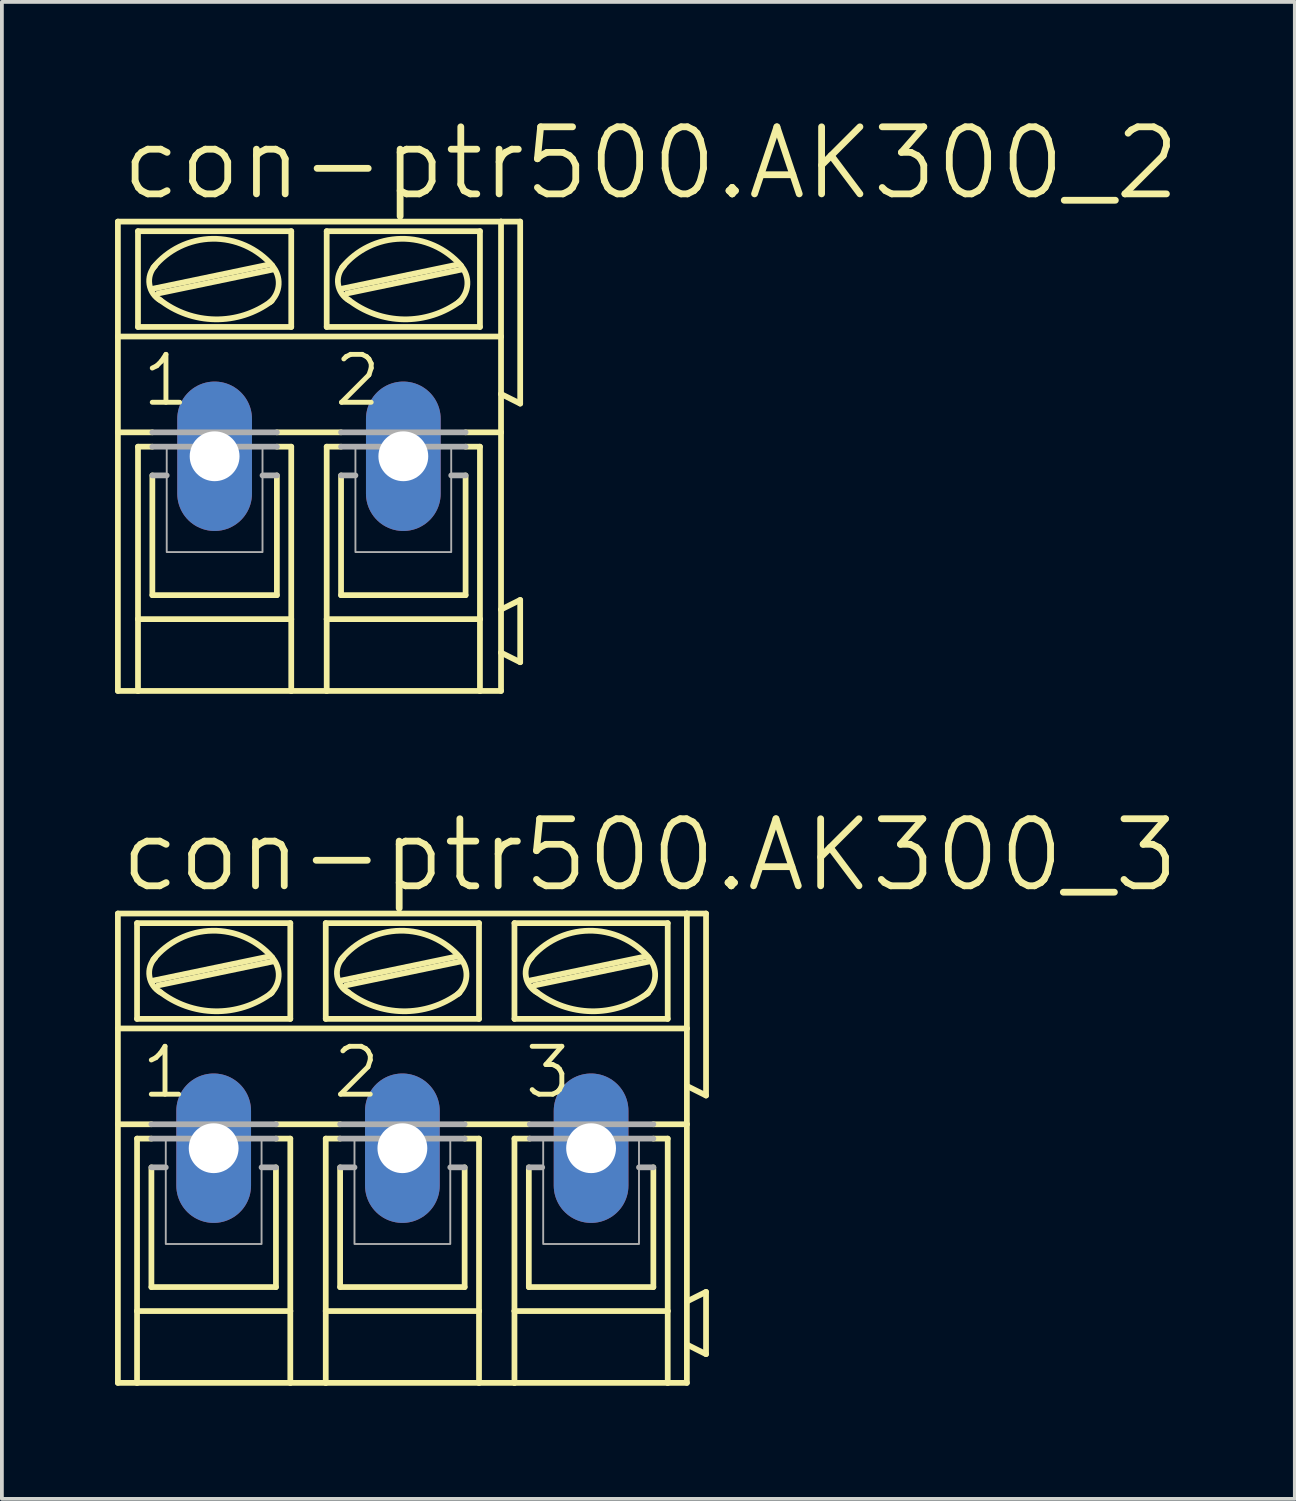
<source format=kicad_pcb>
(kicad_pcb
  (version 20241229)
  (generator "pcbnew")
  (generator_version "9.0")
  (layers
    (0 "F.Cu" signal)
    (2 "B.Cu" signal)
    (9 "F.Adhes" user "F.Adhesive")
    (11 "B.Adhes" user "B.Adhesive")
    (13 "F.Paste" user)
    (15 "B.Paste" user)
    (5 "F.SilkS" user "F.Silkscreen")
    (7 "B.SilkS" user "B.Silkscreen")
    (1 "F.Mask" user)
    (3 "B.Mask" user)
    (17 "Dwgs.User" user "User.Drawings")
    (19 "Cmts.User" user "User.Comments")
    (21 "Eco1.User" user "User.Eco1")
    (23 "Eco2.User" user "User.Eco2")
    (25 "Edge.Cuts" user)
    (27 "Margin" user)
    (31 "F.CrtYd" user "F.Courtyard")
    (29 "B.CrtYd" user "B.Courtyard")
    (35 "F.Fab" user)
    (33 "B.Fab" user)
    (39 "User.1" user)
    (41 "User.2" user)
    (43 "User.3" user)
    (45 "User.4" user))
  (footprint "con-ptr500.AK300_2"
    (layer "F.Cu")
    (at 5.156 9.049)
    (property "Reference" "con-ptr500.AK300_2" (at -5.08 -6.731 0) (layer "F.SilkS") (effects (font (size 1.778 1.778) (thickness 0.18)) (justify left bottom)))
    (attr through_hole)
    (fp_line (start -5.08 -3.175) (end -5.08 -6.223) (stroke (width 0.152) (type default)) (layer "F.SilkS"))
    (fp_line (start -5.08 -3.175) (end 5.08 -3.175) (stroke (width 0.152) (type default)) (layer "F.SilkS"))
    (fp_line (start -5.08 -0.635) (end -5.08 -3.175) (stroke (width 0.152) (type default)) (layer "F.SilkS"))
    (fp_line (start -5.08 -0.635) (end -4.166 -0.635) (stroke (width 0.152) (type default)) (layer "F.SilkS"))
    (fp_line (start -5.08 6.223) (end -5.08 -0.635) (stroke (width 0.152) (type default)) (layer "F.SilkS"))
    (fp_line (start -5.08 6.223) (end -4.547 6.223) (stroke (width 0.152) (type default)) (layer "F.SilkS"))
    (fp_line (start -4.547 -3.429) (end -4.547 -5.969) (stroke (width 0.152) (type default)) (layer "F.SilkS"))
    (fp_line (start -4.547 -0.254) (end -4.547 4.318) (stroke (width 0.152) (type default)) (layer "F.SilkS"))
    (fp_line (start -4.547 -0.254) (end -4.166 -0.254) (stroke (width 0.152) (type default)) (layer "F.SilkS"))
    (fp_line (start -4.547 4.318) (end -4.547 6.223) (stroke (width 0.152) (type default)) (layer "F.SilkS"))
    (fp_line (start -4.547 6.223) (end -0.483 6.223) (stroke (width 0.152) (type default)) (layer "F.SilkS"))
    (fp_line (start -4.166 3.683) (end -4.166 0.508) (stroke (width 0.152) (type default)) (layer "F.SilkS"))
    (fp_line (start -4.14 -4.445) (end -1.092 -5.08) (stroke (width 0.152) (type default)) (layer "F.SilkS"))
    (fp_line (start -4.013 -4.318) (end -0.965 -4.953) (stroke (width 0.152) (type default)) (layer "F.SilkS"))
    (fp_line (start -0.864 -0.635) (end 0.838 -0.635) (stroke (width 0.152) (type default)) (layer "F.SilkS"))
    (fp_line (start -0.864 3.683) (end -4.166 3.683) (stroke (width 0.152) (type default)) (layer "F.SilkS"))
    (fp_line (start -0.864 3.683) (end -0.864 0.508) (stroke (width 0.152) (type default)) (layer "F.SilkS"))
    (fp_line (start -0.483 -5.969) (end -4.547 -5.969) (stroke (width 0.152) (type default)) (layer "F.SilkS"))
    (fp_line (start -0.483 -3.429) (end -4.547 -3.429) (stroke (width 0.152) (type default)) (layer "F.SilkS"))
    (fp_line (start -0.483 -3.429) (end -0.483 -5.969) (stroke (width 0.152) (type default)) (layer "F.SilkS"))
    (fp_line (start -0.483 -0.254) (end -0.864 -0.254) (stroke (width 0.152) (type default)) (layer "F.SilkS"))
    (fp_line (start -0.483 4.318) (end -4.547 4.318) (stroke (width 0.152) (type default)) (layer "F.SilkS"))
    (fp_line (start -0.483 4.318) (end -0.483 -0.254) (stroke (width 0.152) (type default)) (layer "F.SilkS"))
    (fp_line (start -0.483 6.223) (end -0.483 4.318) (stroke (width 0.152) (type default)) (layer "F.SilkS"))
    (fp_line (start -0.483 6.223) (end 0.457 6.223) (stroke (width 0.152) (type default)) (layer "F.SilkS"))
    (fp_line (start 0.457 -5.969) (end 4.521 -5.969) (stroke (width 0.152) (type default)) (layer "F.SilkS"))
    (fp_line (start 0.457 -3.429) (end 0.457 -5.969) (stroke (width 0.152) (type default)) (layer "F.SilkS"))
    (fp_line (start 0.457 -0.254) (end 0.838 -0.254) (stroke (width 0.152) (type default)) (layer "F.SilkS"))
    (fp_line (start 0.457 4.318) (end 0.457 -0.254) (stroke (width 0.152) (type default)) (layer "F.SilkS"))
    (fp_line (start 0.457 4.318) (end 4.521 4.318) (stroke (width 0.152) (type default)) (layer "F.SilkS"))
    (fp_line (start 0.457 6.223) (end 0.457 4.318) (stroke (width 0.152) (type default)) (layer "F.SilkS"))
    (fp_line (start 0.457 6.223) (end 4.521 6.223) (stroke (width 0.152) (type default)) (layer "F.SilkS"))
    (fp_line (start 0.838 3.683) (end 0.838 0.508) (stroke (width 0.152) (type default)) (layer "F.SilkS"))
    (fp_line (start 0.864 -4.445) (end 3.912 -5.08) (stroke (width 0.152) (type default)) (layer "F.SilkS"))
    (fp_line (start 0.991 -4.318) (end 4.039 -4.953) (stroke (width 0.152) (type default)) (layer "F.SilkS"))
    (fp_line (start 4.14 3.683) (end 0.838 3.683) (stroke (width 0.152) (type default)) (layer "F.SilkS"))
    (fp_line (start 4.14 3.683) (end 4.14 0.508) (stroke (width 0.152) (type default)) (layer "F.SilkS"))
    (fp_line (start 4.521 -5.969) (end 4.521 -3.429) (stroke (width 0.152) (type default)) (layer "F.SilkS"))
    (fp_line (start 4.521 -3.429) (end 0.457 -3.429) (stroke (width 0.152) (type default)) (layer "F.SilkS"))
    (fp_line (start 4.521 -0.254) (end 4.14 -0.254) (stroke (width 0.152) (type default)) (layer "F.SilkS"))
    (fp_line (start 4.521 -0.254) (end 4.521 4.318) (stroke (width 0.152) (type default)) (layer "F.SilkS"))
    (fp_line (start 4.521 4.318) (end 4.521 6.223) (stroke (width 0.152) (type default)) (layer "F.SilkS"))
    (fp_line (start 4.521 6.223) (end 5.08 6.223) (stroke (width 0.152) (type default)) (layer "F.SilkS"))
    (fp_line (start 5.08 -6.223) (end -5.08 -6.223) (stroke (width 0.152) (type default)) (layer "F.SilkS"))
    (fp_line (start 5.08 -6.223) (end 5.08 -3.175) (stroke (width 0.152) (type default)) (layer "F.SilkS"))
    (fp_line (start 5.08 -6.223) (end 5.588 -6.223) (stroke (width 0.152) (type default)) (layer "F.SilkS"))
    (fp_line (start 5.08 -3.175) (end 5.08 -1.651) (stroke (width 0.152) (type default)) (layer "F.SilkS"))
    (fp_line (start 5.08 -1.651) (end 5.08 -0.635) (stroke (width 0.152) (type default)) (layer "F.SilkS"))
    (fp_line (start 5.08 -0.635) (end 4.14 -0.635) (stroke (width 0.152) (type default)) (layer "F.SilkS"))
    (fp_line (start 5.08 -0.635) (end 5.08 4.064) (stroke (width 0.152) (type default)) (layer "F.SilkS"))
    (fp_line (start 5.08 4.064) (end 5.08 5.207) (stroke (width 0.152) (type default)) (layer "F.SilkS"))
    (fp_line (start 5.08 5.207) (end 5.08 6.223) (stroke (width 0.152) (type default)) (layer "F.SilkS"))
    (fp_line (start 5.588 -6.223) (end 5.588 -1.397) (stroke (width 0.152) (type default)) (layer "F.SilkS"))
    (fp_line (start 5.588 -1.397) (end 5.08 -1.651) (stroke (width 0.152) (type default)) (layer "F.SilkS"))
    (fp_line (start 5.588 3.81) (end 5.08 4.064) (stroke (width 0.152) (type default)) (layer "F.SilkS"))
    (fp_line (start 5.588 3.81) (end 5.588 5.461) (stroke (width 0.152) (type default)) (layer "F.SilkS"))
    (fp_line (start 5.588 5.461) (end 5.08 5.207) (stroke (width 0.152) (type default)) (layer "F.SilkS"))
    (fp_arc (start -4.1402 -5.0038) (mid -2.575827 -5.766949) (end -0.9858 -5.0588) (stroke (width 0.1524) (type default)) (layer "F.SilkS"))
    (fp_arc (start -3.9457 -4.1297) (mid -4.243624 -4.557025) (end -4.0894 -5.0546) (stroke (width 0.1524) (type default)) (layer "F.SilkS"))
    (fp_arc (start -1 -4.1188) (mid -2.501903 -3.631243) (end -3.9878 -4.1656) (stroke (width 0.1524) (type default)) (layer "F.SilkS"))
    (fp_arc (start -0.9907 -5.0545) (mid -0.81634 -4.558084) (end -1.0464 -4.0849) (stroke (width 0.1524) (type default)) (layer "F.SilkS"))
    (fp_arc (start 0.8636 -5.0038) (mid 2.42792 -5.766808) (end 4.0178 -5.0586) (stroke (width 0.1524) (type default)) (layer "F.SilkS"))
    (fp_arc (start 1.0581 -4.1297) (mid 0.760176 -4.557025) (end 0.9144 -5.0546) (stroke (width 0.1524) (type default)) (layer "F.SilkS"))
    (fp_arc (start 4.0038 -4.1189) (mid 2.501913 -3.631282) (end 1.016 -4.1656) (stroke (width 0.1524) (type default)) (layer "F.SilkS"))
    (fp_arc (start 4.0131 -5.0545) (mid 4.18746 -4.558084) (end 3.9574 -4.0849) (stroke (width 0.1524) (type default)) (layer "F.SilkS"))
    (fp_line (start -4.166 -0.635) (end -0.864 -0.635) (stroke (width 0.152) (type default)) (layer "F.Fab"))
    (fp_line (start -4.166 0.508) (end -3.785 0.508) (stroke (width 0.152) (type default)) (layer "F.Fab"))
    (fp_line (start -0.864 -0.254) (end -4.166 -0.254) (stroke (width 0.152) (type default)) (layer "F.Fab"))
    (fp_line (start -0.864 0.508) (end -1.245 0.508) (stroke (width 0.152) (type default)) (layer "F.Fab"))
    (fp_line (start 0.838 -0.254) (end 4.14 -0.254) (stroke (width 0.152) (type default)) (layer "F.Fab"))
    (fp_line (start 0.838 0.508) (end 1.219 0.508) (stroke (width 0.152) (type default)) (layer "F.Fab"))
    (fp_line (start 4.14 -0.635) (end 0.838 -0.635) (stroke (width 0.152) (type default)) (layer "F.Fab"))
    (fp_line (start 4.14 0.508) (end 3.759 0.508) (stroke (width 0.152) (type default)) (layer "F.Fab"))
    (fp_rect (start -3.785 2.54) (end -1.245 -0.254) (stroke (width 0.05) (type default)) (fill no) (layer "F.Fab"))
    (fp_rect (start 1.219 2.54) (end 3.759 -0.254) (stroke (width 0.05) (type default)) (fill no) (layer "F.Fab"))
    (fp_text user "2" (at 0.584 -1.27 0) (layer "F.SilkS") (effects (font (size 1.27 1.27) (thickness 0.13)) (justify left bottom)))
    (fp_text user "1" (at -4.496 -1.27 0) (layer "F.SilkS") (effects (font (size 1.27 1.27) (thickness 0.13)) (justify left bottom)))
    (pad "1" thru_hole oval (at -2.515 0 90) (size 3.962 1.981) (drill 1.321) (layers "*.Cu" "*.Mask"))
    (pad "2" thru_hole oval (at 2.489 0 90) (size 3.962 1.981) (drill 1.321) (layers "*.Cu" "*.Mask")))
  (footprint "con-ptr500.AK300_3"
    (layer "F.Cu")
    (at 7.62 27.397)
    (property "Reference" "con-ptr500.AK300_3" (at -7.569 -6.731 0) (layer "F.SilkS") (effects (font (size 1.778 1.778) (thickness 0.18)) (justify left bottom)))
    (attr through_hole)
    (fp_line (start -7.544 -3.175) (end -7.544 -6.223) (stroke (width 0.152) (type default)) (layer "F.SilkS"))
    (fp_line (start -7.544 -3.175) (end 7.544 -3.175) (stroke (width 0.152) (type default)) (layer "F.SilkS"))
    (fp_line (start -7.544 -0.635) (end -7.544 -3.175) (stroke (width 0.152) (type default)) (layer "F.SilkS"))
    (fp_line (start -7.544 -0.635) (end -6.655 -0.635) (stroke (width 0.152) (type default)) (layer "F.SilkS"))
    (fp_line (start -7.544 6.223) (end -7.544 -0.635) (stroke (width 0.152) (type default)) (layer "F.SilkS"))
    (fp_line (start -7.544 6.223) (end -7.036 6.223) (stroke (width 0.152) (type default)) (layer "F.SilkS"))
    (fp_line (start -7.036 -3.429) (end -7.036 -5.969) (stroke (width 0.152) (type default)) (layer "F.SilkS"))
    (fp_line (start -7.036 -0.254) (end -7.036 4.318) (stroke (width 0.152) (type default)) (layer "F.SilkS"))
    (fp_line (start -7.036 -0.254) (end -6.655 -0.254) (stroke (width 0.152) (type default)) (layer "F.SilkS"))
    (fp_line (start -7.036 4.318) (end -7.036 6.223) (stroke (width 0.152) (type default)) (layer "F.SilkS"))
    (fp_line (start -7.036 6.223) (end -2.972 6.223) (stroke (width 0.152) (type default)) (layer "F.SilkS"))
    (fp_line (start -6.655 3.683) (end -6.655 0.508) (stroke (width 0.152) (type default)) (layer "F.SilkS"))
    (fp_line (start -6.604 -4.445) (end -3.556 -5.08) (stroke (width 0.152) (type default)) (layer "F.SilkS"))
    (fp_line (start -6.477 -4.318) (end -3.429 -4.953) (stroke (width 0.152) (type default)) (layer "F.SilkS"))
    (fp_line (start -3.353 -0.635) (end -1.651 -0.635) (stroke (width 0.152) (type default)) (layer "F.SilkS"))
    (fp_line (start -3.353 3.683) (end -6.655 3.683) (stroke (width 0.152) (type default)) (layer "F.SilkS"))
    (fp_line (start -3.353 3.683) (end -3.353 0.508) (stroke (width 0.152) (type default)) (layer "F.SilkS"))
    (fp_line (start -2.972 -5.969) (end -7.036 -5.969) (stroke (width 0.152) (type default)) (layer "F.SilkS"))
    (fp_line (start -2.972 -3.429) (end -7.036 -3.429) (stroke (width 0.152) (type default)) (layer "F.SilkS"))
    (fp_line (start -2.972 -3.429) (end -2.972 -5.969) (stroke (width 0.152) (type default)) (layer "F.SilkS"))
    (fp_line (start -2.972 -0.254) (end -3.353 -0.254) (stroke (width 0.152) (type default)) (layer "F.SilkS"))
    (fp_line (start -2.972 4.318) (end -7.036 4.318) (stroke (width 0.152) (type default)) (layer "F.SilkS"))
    (fp_line (start -2.972 4.318) (end -2.972 -0.254) (stroke (width 0.152) (type default)) (layer "F.SilkS"))
    (fp_line (start -2.972 6.223) (end -2.972 4.318) (stroke (width 0.152) (type default)) (layer "F.SilkS"))
    (fp_line (start -2.972 6.223) (end -2.032 6.223) (stroke (width 0.152) (type default)) (layer "F.SilkS"))
    (fp_line (start -2.032 -5.969) (end 2.032 -5.969) (stroke (width 0.152) (type default)) (layer "F.SilkS"))
    (fp_line (start -2.032 -3.429) (end -2.032 -5.969) (stroke (width 0.152) (type default)) (layer "F.SilkS"))
    (fp_line (start -2.032 -0.254) (end -1.651 -0.254) (stroke (width 0.152) (type default)) (layer "F.SilkS"))
    (fp_line (start -2.032 4.318) (end -2.032 -0.254) (stroke (width 0.152) (type default)) (layer "F.SilkS"))
    (fp_line (start -2.032 4.318) (end 2.032 4.318) (stroke (width 0.152) (type default)) (layer "F.SilkS"))
    (fp_line (start -2.032 6.223) (end -2.032 4.318) (stroke (width 0.152) (type default)) (layer "F.SilkS"))
    (fp_line (start -2.032 6.223) (end 2.032 6.223) (stroke (width 0.152) (type default)) (layer "F.SilkS"))
    (fp_line (start -1.651 3.683) (end -1.651 0.508) (stroke (width 0.152) (type default)) (layer "F.SilkS"))
    (fp_line (start -1.626 -4.445) (end 1.422 -5.08) (stroke (width 0.152) (type default)) (layer "F.SilkS"))
    (fp_line (start -1.499 -4.318) (end 1.549 -4.953) (stroke (width 0.152) (type default)) (layer "F.SilkS"))
    (fp_line (start 1.651 3.683) (end -1.651 3.683) (stroke (width 0.152) (type default)) (layer "F.SilkS"))
    (fp_line (start 1.651 3.683) (end 1.651 0.508) (stroke (width 0.152) (type default)) (layer "F.SilkS"))
    (fp_line (start 1.676 -0.635) (end 3.353 -0.635) (stroke (width 0.152) (type default)) (layer "F.SilkS"))
    (fp_line (start 2.032 -5.969) (end 2.032 -3.429) (stroke (width 0.152) (type default)) (layer "F.SilkS"))
    (fp_line (start 2.032 -3.429) (end -2.032 -3.429) (stroke (width 0.152) (type default)) (layer "F.SilkS"))
    (fp_line (start 2.032 -0.254) (end 1.651 -0.254) (stroke (width 0.152) (type default)) (layer "F.SilkS"))
    (fp_line (start 2.032 -0.254) (end 2.032 4.318) (stroke (width 0.152) (type default)) (layer "F.SilkS"))
    (fp_line (start 2.032 4.318) (end 2.032 6.223) (stroke (width 0.152) (type default)) (layer "F.SilkS"))
    (fp_line (start 2.032 6.223) (end 2.972 6.223) (stroke (width 0.152) (type default)) (layer "F.SilkS"))
    (fp_line (start 2.972 -5.969) (end 7.036 -5.969) (stroke (width 0.152) (type default)) (layer "F.SilkS"))
    (fp_line (start 2.972 -3.429) (end 2.972 -5.969) (stroke (width 0.152) (type default)) (layer "F.SilkS"))
    (fp_line (start 2.972 -0.254) (end 3.378 -0.254) (stroke (width 0.152) (type default)) (layer "F.SilkS"))
    (fp_line (start 2.972 4.318) (end 2.972 -0.254) (stroke (width 0.152) (type default)) (layer "F.SilkS"))
    (fp_line (start 2.972 4.318) (end 7.036 4.318) (stroke (width 0.152) (type default)) (layer "F.SilkS"))
    (fp_line (start 2.972 6.223) (end 2.972 4.318) (stroke (width 0.152) (type default)) (layer "F.SilkS"))
    (fp_line (start 2.972 6.223) (end 7.036 6.223) (stroke (width 0.152) (type default)) (layer "F.SilkS"))
    (fp_line (start 3.353 3.683) (end 3.353 0.508) (stroke (width 0.152) (type default)) (layer "F.SilkS"))
    (fp_line (start 3.378 -4.445) (end 6.426 -5.08) (stroke (width 0.152) (type default)) (layer "F.SilkS"))
    (fp_line (start 3.505 -4.318) (end 6.553 -4.953) (stroke (width 0.152) (type default)) (layer "F.SilkS"))
    (fp_line (start 6.655 3.683) (end 3.353 3.683) (stroke (width 0.152) (type default)) (layer "F.SilkS"))
    (fp_line (start 6.655 3.683) (end 6.655 0.508) (stroke (width 0.152) (type default)) (layer "F.SilkS"))
    (fp_line (start 7.036 -5.969) (end 7.036 -3.429) (stroke (width 0.152) (type default)) (layer "F.SilkS"))
    (fp_line (start 7.036 -3.429) (end 2.972 -3.429) (stroke (width 0.152) (type default)) (layer "F.SilkS"))
    (fp_line (start 7.036 -0.254) (end 6.655 -0.254) (stroke (width 0.152) (type default)) (layer "F.SilkS"))
    (fp_line (start 7.036 -0.254) (end 7.036 4.318) (stroke (width 0.152) (type default)) (layer "F.SilkS"))
    (fp_line (start 7.036 4.318) (end 7.036 6.223) (stroke (width 0.152) (type default)) (layer "F.SilkS"))
    (fp_line (start 7.036 6.223) (end 7.544 6.223) (stroke (width 0.152) (type default)) (layer "F.SilkS"))
    (fp_line (start 7.544 -6.223) (end -7.544 -6.223) (stroke (width 0.152) (type default)) (layer "F.SilkS"))
    (fp_line (start 7.544 -6.223) (end 7.544 -3.175) (stroke (width 0.152) (type default)) (layer "F.SilkS"))
    (fp_line (start 7.544 -6.223) (end 8.052 -6.223) (stroke (width 0.152) (type default)) (layer "F.SilkS"))
    (fp_line (start 7.544 -3.175) (end 7.544 -1.651) (stroke (width 0.152) (type default)) (layer "F.SilkS"))
    (fp_line (start 7.544 -1.651) (end 7.544 -0.635) (stroke (width 0.152) (type default)) (layer "F.SilkS"))
    (fp_line (start 7.544 -0.635) (end 6.655 -0.635) (stroke (width 0.152) (type default)) (layer "F.SilkS"))
    (fp_line (start 7.544 -0.635) (end 7.544 4.064) (stroke (width 0.152) (type default)) (layer "F.SilkS"))
    (fp_line (start 7.544 4.064) (end 7.544 5.207) (stroke (width 0.152) (type default)) (layer "F.SilkS"))
    (fp_line (start 7.544 5.207) (end 7.544 6.223) (stroke (width 0.152) (type default)) (layer "F.SilkS"))
    (fp_line (start 8.052 -6.223) (end 8.052 -1.397) (stroke (width 0.152) (type default)) (layer "F.SilkS"))
    (fp_line (start 8.052 -1.397) (end 7.544 -1.651) (stroke (width 0.152) (type default)) (layer "F.SilkS"))
    (fp_line (start 8.052 3.81) (end 7.544 4.064) (stroke (width 0.152) (type default)) (layer "F.SilkS"))
    (fp_line (start 8.052 3.81) (end 8.052 5.461) (stroke (width 0.152) (type default)) (layer "F.SilkS"))
    (fp_line (start 8.052 5.461) (end 7.544 5.207) (stroke (width 0.152) (type default)) (layer "F.SilkS"))
    (fp_arc (start -6.604 -5.0038) (mid -5.039627 -5.766949) (end -3.4496 -5.0588) (stroke (width 0.1524) (type default)) (layer "F.SilkS"))
    (fp_arc (start -6.4095 -4.1297) (mid -6.707424 -4.557025) (end -6.5532 -5.0546) (stroke (width 0.1524) (type default)) (layer "F.SilkS"))
    (fp_arc (start -3.4638 -4.1188) (mid -4.965703 -3.631243) (end -6.4516 -4.1656) (stroke (width 0.1524) (type default)) (layer "F.SilkS"))
    (fp_arc (start -3.4545 -5.0545) (mid -3.28014 -4.558084) (end -3.5102 -4.0849) (stroke (width 0.1524) (type default)) (layer "F.SilkS"))
    (fp_arc (start -1.6256 -5.0038) (mid -0.061227 -5.766949) (end 1.5288 -5.0588) (stroke (width 0.1524) (type default)) (layer "F.SilkS"))
    (fp_arc (start -1.4311 -4.1297) (mid -1.729024 -4.557025) (end -1.5748 -5.0546) (stroke (width 0.1524) (type default)) (layer "F.SilkS"))
    (fp_arc (start 1.5146 -4.1189) (mid 0.012713 -3.631282) (end -1.4732 -4.1656) (stroke (width 0.1524) (type default)) (layer "F.SilkS"))
    (fp_arc (start 1.5239 -5.0545) (mid 1.69826 -4.558084) (end 1.4682 -4.0849) (stroke (width 0.1524) (type default)) (layer "F.SilkS"))
    (fp_arc (start 3.3782 -5.0038) (mid 4.94252 -5.766808) (end 6.5324 -5.0586) (stroke (width 0.1524) (type default)) (layer "F.SilkS"))
    (fp_arc (start 3.5727 -4.1297) (mid 3.274776 -4.557025) (end 3.429 -5.0546) (stroke (width 0.1524) (type default)) (layer "F.SilkS"))
    (fp_arc (start 6.5184 -4.1189) (mid 5.016513 -3.631282) (end 3.5306 -4.1656) (stroke (width 0.1524) (type default)) (layer "F.SilkS"))
    (fp_arc (start 6.5277 -5.0545) (mid 6.70206 -4.558084) (end 6.472 -4.0849) (stroke (width 0.1524) (type default)) (layer "F.SilkS"))
    (fp_line (start -6.655 -0.635) (end -3.353 -0.635) (stroke (width 0.152) (type default)) (layer "F.Fab"))
    (fp_line (start -6.655 0.508) (end -6.274 0.508) (stroke (width 0.152) (type default)) (layer "F.Fab"))
    (fp_line (start -3.353 -0.254) (end -6.655 -0.254) (stroke (width 0.152) (type default)) (layer "F.Fab"))
    (fp_line (start -3.353 0.508) (end -3.734 0.508) (stroke (width 0.152) (type default)) (layer "F.Fab"))
    (fp_line (start -1.651 -0.254) (end 1.651 -0.254) (stroke (width 0.152) (type default)) (layer "F.Fab"))
    (fp_line (start -1.651 0.508) (end -1.27 0.508) (stroke (width 0.152) (type default)) (layer "F.Fab"))
    (fp_line (start 1.651 -0.635) (end -1.651 -0.635) (stroke (width 0.152) (type default)) (layer "F.Fab"))
    (fp_line (start 1.651 0.508) (end 1.27 0.508) (stroke (width 0.152) (type default)) (layer "F.Fab"))
    (fp_line (start 3.353 0.508) (end 3.708 0.508) (stroke (width 0.152) (type default)) (layer "F.Fab"))
    (fp_line (start 3.378 -0.254) (end 6.655 -0.254) (stroke (width 0.152) (type default)) (layer "F.Fab"))
    (fp_line (start 6.655 -0.635) (end 3.378 -0.635) (stroke (width 0.152) (type default)) (layer "F.Fab"))
    (fp_line (start 6.655 0.508) (end 6.274 0.508) (stroke (width 0.152) (type default)) (layer "F.Fab"))
    (fp_rect (start -6.274 2.54) (end -3.734 -0.254) (stroke (width 0.05) (type default)) (fill no) (layer "F.Fab"))
    (fp_rect (start -1.27 2.54) (end 1.27 -0.254) (stroke (width 0.05) (type default)) (fill no) (layer "F.Fab"))
    (fp_rect (start 3.734 2.54) (end 6.274 -0.254) (stroke (width 0.05) (type default)) (fill no) (layer "F.Fab"))
    (fp_text user "2" (at -1.905 -1.27 0) (layer "F.SilkS") (effects (font (size 1.27 1.27) (thickness 0.13)) (justify left bottom)))
    (fp_text user "1" (at -6.985 -1.27 0) (layer "F.SilkS") (effects (font (size 1.27 1.27) (thickness 0.13)) (justify left bottom)))
    (fp_text user "3" (at 3.175 -1.27 0) (layer "F.SilkS") (effects (font (size 1.27 1.27) (thickness 0.13)) (justify left bottom)))
    (pad "1" thru_hole oval (at -5.004 0 90) (size 3.962 1.981) (drill 1.321) (layers "*.Cu" "*.Mask"))
    (pad "2" thru_hole oval (at 0 0 90) (size 3.962 1.981) (drill 1.321) (layers "*.Cu" "*.Mask"))
    (pad "3" thru_hole oval (at 5.004 0 90) (size 3.962 1.981) (drill 1.321) (layers "*.Cu" "*.Mask")))
  (gr_rect
    (start -3 -3)
    (end 31.285 36.696)
    (stroke (width 0.1) (type default))
    (fill no)
    (layer "Edge.Cuts")))
</source>
